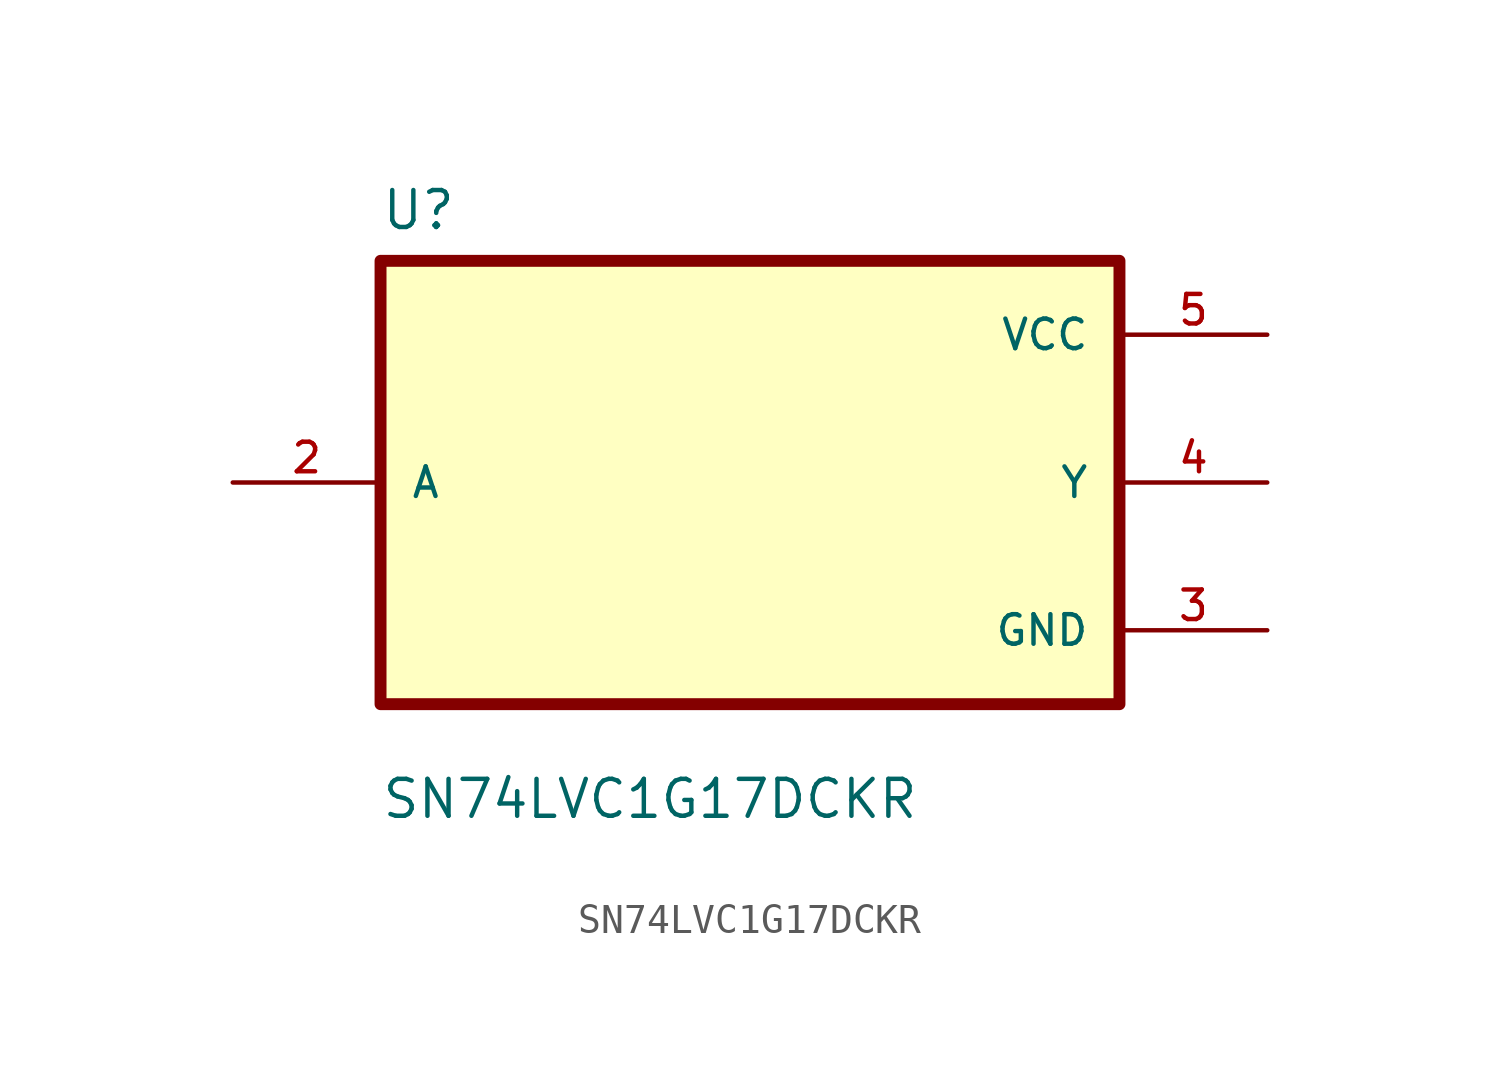
<source format=kicad_sym>
(kicad_symbol_lib
  (version 20211014)
  (generator kicad_symbol_editor)
  (symbol "SN74LVC1G17DCKR"
    (pin_names
      (offset 1.016))
    (property "Reference" "U"
      (at -12.7 8.62 0.0)
      (effects (font (size 1.27 1.27)) (justify bottom left)))
    (property "Value" "SN74LVC1G17DCKR"
      (at -12.7 -11.62 0.0)
      (effects (font (size 1.27 1.27)) (justify bottom left)))
    (symbol "SN74LVC1G17DCKR_0_0"
      (rectangle (start -12.7 -7.62) (end 12.7 7.62) (stroke (width 0.41)) (fill (type background)))
      (pin input line (at -17.78 0.0 0) (length 5.08) (name "A" (effects (font (size 1.016 1.016)))) (number "2" (effects (font (size 1.016 1.016)))))
      (pin power_in line (at 17.78 5.08 180.0) (length 5.08) (name "VCC" (effects (font (size 1.016 1.016)))) (number "5" (effects (font (size 1.016 1.016)))))
      (pin output line (at 17.78 0.0 180.0) (length 5.08) (name "Y" (effects (font (size 1.016 1.016)))) (number "4" (effects (font (size 1.016 1.016)))))
      (pin power_in line (at 17.78 -5.08 180.0) (length 5.08) (name "GND" (effects (font (size 1.016 1.016)))) (number "3" (effects (font (size 1.016 1.016))))))))
</source>
